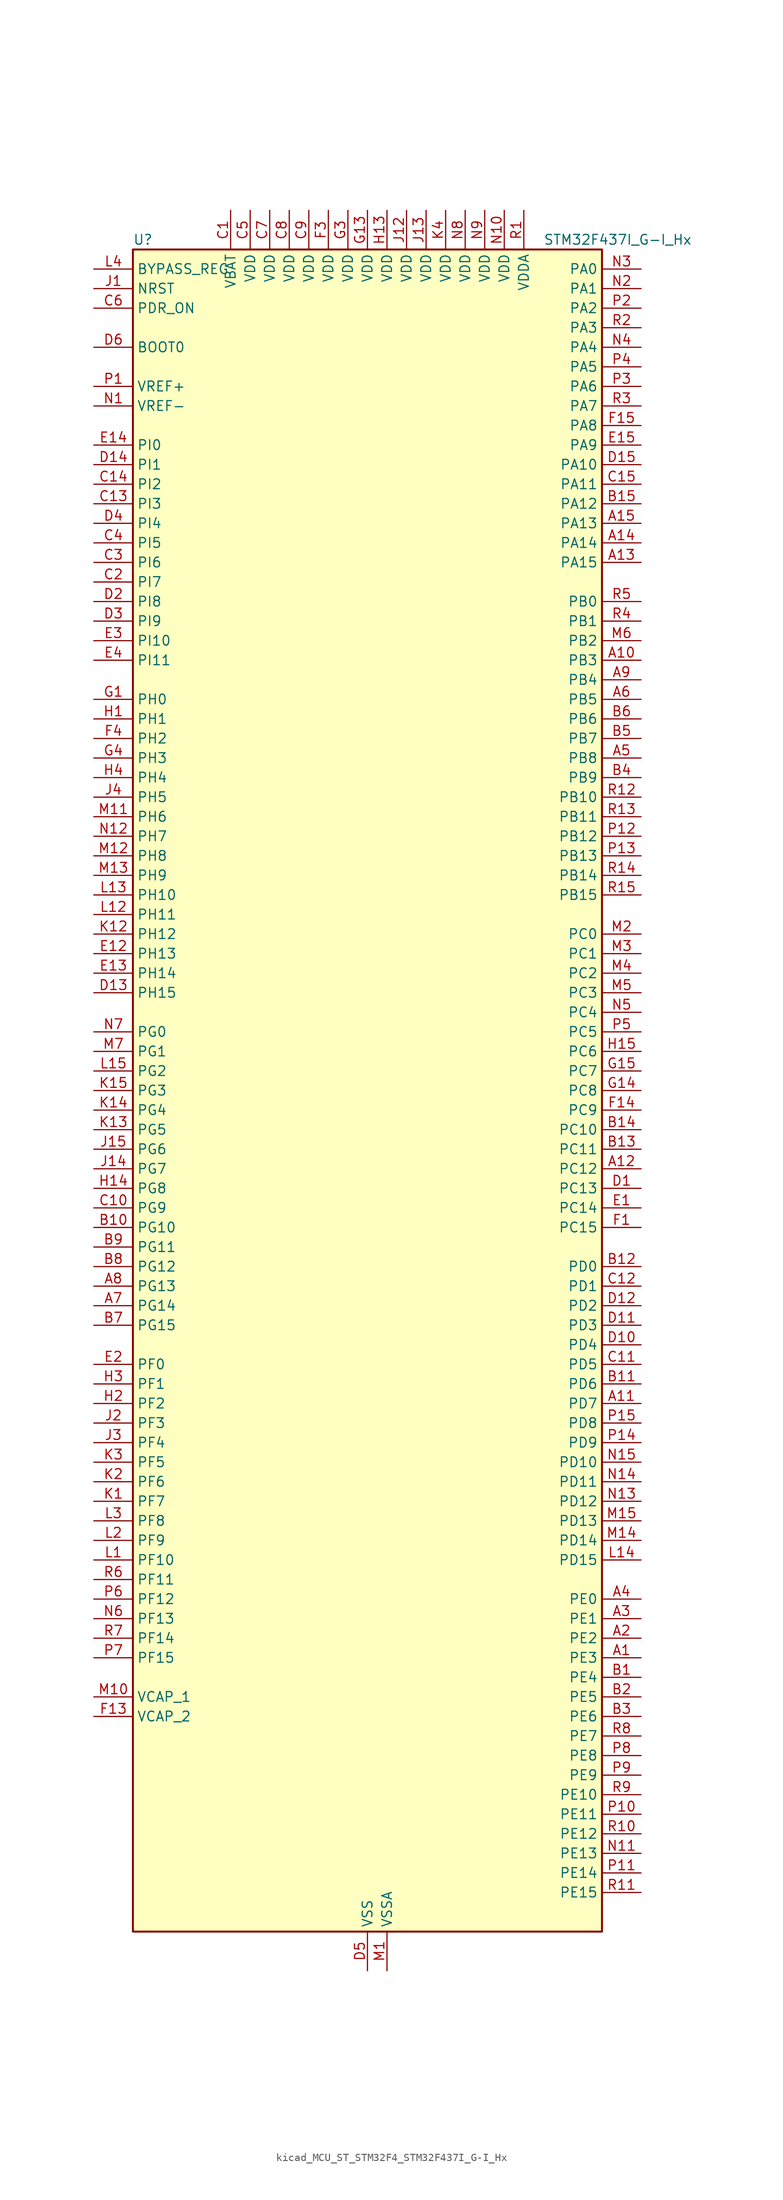
<source format=kicad_sym>
(kicad_symbol_lib
  (version 20220914)
  (generator kicad_symbol_editor)
  (symbol "kicad_MCU_ST_STM32F4_STM32F437I_G-I_Hx"
    (property "Reference" "U"
      (at -30.48 110.49 0)
      (effects (font (size 1.27 1.27)) (justify left)))
    (property "Value" "STM32F437I_G-I_Hx"
      (at 22.86 110.49 0)
      (effects (font (size 1.27 1.27)) (justify left)))
    (property "ki_locked" ""
      (at 0 0 0)
      (effects (font (size 1.27 1.27))))
    (symbol "kicad_MCU_ST_STM32F4_STM32F437I_G-I_Hx_0_1"
      (rectangle (start -30.48 -109.22) (end 30.48 109.22) (stroke (width 0.254) (type default)) (fill (type background))))
    (symbol "kicad_MCU_ST_STM32F4_STM32F437I_G-I_Hx_1_1"
      (pin bidirectional line (at 35.56 -73.66 180) (length 5.08) (name "PE3" (effects (font (size 1.27 1.27)))) (number "A1" (effects (font (size 1.27 1.27)))) (alternate "FMC_A19" bidirectional line) (alternate "SAI1_SD_B" bidirectional line) (alternate "SYS_TRACED0" bidirectional line))
      (pin bidirectional line (at 35.56 55.88 180) (length 5.08) (name "PB3" (effects (font (size 1.27 1.27)))) (number "A10" (effects (font (size 1.27 1.27)))) (alternate "I2S3_CK" bidirectional line) (alternate "SPI1_SCK" bidirectional line) (alternate "SPI3_SCK" bidirectional line) (alternate "SYS_JTDO-SWO" bidirectional line) (alternate "TIM2_CH2" bidirectional line))
      (pin bidirectional line (at 35.56 -40.64 180) (length 5.08) (name "PD7" (effects (font (size 1.27 1.27)))) (number "A11" (effects (font (size 1.27 1.27)))) (alternate "FMC_NCE2" bidirectional line) (alternate "FMC_NE1" bidirectional line) (alternate "USART2_CK" bidirectional line))
      (pin bidirectional line (at 35.56 -10.16 180) (length 5.08) (name "PC12" (effects (font (size 1.27 1.27)))) (number "A12" (effects (font (size 1.27 1.27)))) (alternate "DCMI_D9" bidirectional line) (alternate "I2S3_SD" bidirectional line) (alternate "SDIO_CK" bidirectional line) (alternate "SPI3_MOSI" bidirectional line) (alternate "UART5_TX" bidirectional line) (alternate "USART3_CK" bidirectional line))
      (pin bidirectional line (at 35.56 68.58 180) (length 5.08) (name "PA15" (effects (font (size 1.27 1.27)))) (number "A13" (effects (font (size 1.27 1.27)))) (alternate "ADC1_EXTI15" bidirectional line) (alternate "ADC2_EXTI15" bidirectional line) (alternate "ADC3_EXTI15" bidirectional line) (alternate "I2S3_WS" bidirectional line) (alternate "SPI1_NSS" bidirectional line) (alternate "SPI3_NSS" bidirectional line) (alternate "SYS_JTDI" bidirectional line) (alternate "TIM2_CH1" bidirectional line) (alternate "TIM2_ETR" bidirectional line))
      (pin bidirectional line (at 35.56 71.12 180) (length 5.08) (name "PA14" (effects (font (size 1.27 1.27)))) (number "A14" (effects (font (size 1.27 1.27)))) (alternate "SYS_JTCK-SWCLK" bidirectional line))
      (pin bidirectional line (at 35.56 73.66 180) (length 5.08) (name "PA13" (effects (font (size 1.27 1.27)))) (number "A15" (effects (font (size 1.27 1.27)))) (alternate "SYS_JTMS-SWDIO" bidirectional line))
      (pin bidirectional line (at 35.56 -71.12 180) (length 5.08) (name "PE2" (effects (font (size 1.27 1.27)))) (number "A2" (effects (font (size 1.27 1.27)))) (alternate "ETH_TXD3" bidirectional line) (alternate "FMC_A23" bidirectional line) (alternate "SAI1_MCLK_A" bidirectional line) (alternate "SPI4_SCK" bidirectional line) (alternate "SYS_TRACECLK" bidirectional line))
      (pin bidirectional line (at 35.56 -68.58 180) (length 5.08) (name "PE1" (effects (font (size 1.27 1.27)))) (number "A3" (effects (font (size 1.27 1.27)))) (alternate "DCMI_D3" bidirectional line) (alternate "FMC_NBL1" bidirectional line) (alternate "UART8_TX" bidirectional line))
      (pin bidirectional line (at 35.56 -66.04 180) (length 5.08) (name "PE0" (effects (font (size 1.27 1.27)))) (number "A4" (effects (font (size 1.27 1.27)))) (alternate "DCMI_D2" bidirectional line) (alternate "FMC_NBL0" bidirectional line) (alternate "TIM4_ETR" bidirectional line) (alternate "UART8_RX" bidirectional line))
      (pin bidirectional line (at 35.56 43.18 180) (length 5.08) (name "PB8" (effects (font (size 1.27 1.27)))) (number "A5" (effects (font (size 1.27 1.27)))) (alternate "CAN1_RX" bidirectional line) (alternate "DCMI_D6" bidirectional line) (alternate "ETH_TXD3" bidirectional line) (alternate "I2C1_SCL" bidirectional line) (alternate "SDIO_D4" bidirectional line) (alternate "TIM10_CH1" bidirectional line) (alternate "TIM4_CH3" bidirectional line))
      (pin bidirectional line (at 35.56 50.8 180) (length 5.08) (name "PB5" (effects (font (size 1.27 1.27)))) (number "A6" (effects (font (size 1.27 1.27)))) (alternate "CAN2_RX" bidirectional line) (alternate "DCMI_D10" bidirectional line) (alternate "ETH_PPS_OUT" bidirectional line) (alternate "FMC_SDCKE1" bidirectional line) (alternate "I2C1_SMBA" bidirectional line) (alternate "I2S3_SD" bidirectional line) (alternate "SPI1_MOSI" bidirectional line) (alternate "SPI3_MOSI" bidirectional line) (alternate "TIM3_CH2" bidirectional line) (alternate "USB_OTG_HS_ULPI_D7" bidirectional line))
      (pin bidirectional line (at -35.56 -27.94 0) (length 5.08) (name "PG14" (effects (font (size 1.27 1.27)))) (number "A7" (effects (font (size 1.27 1.27)))) (alternate "ETH_TXD1" bidirectional line) (alternate "FMC_A25" bidirectional line) (alternate "SPI6_MOSI" bidirectional line) (alternate "USART6_TX" bidirectional line))
      (pin bidirectional line (at -35.56 -25.4 0) (length 5.08) (name "PG13" (effects (font (size 1.27 1.27)))) (number "A8" (effects (font (size 1.27 1.27)))) (alternate "ETH_TXD0" bidirectional line) (alternate "FMC_A24" bidirectional line) (alternate "SPI6_SCK" bidirectional line) (alternate "USART6_CTS" bidirectional line))
      (pin bidirectional line (at 35.56 53.34 180) (length 5.08) (name "PB4" (effects (font (size 1.27 1.27)))) (number "A9" (effects (font (size 1.27 1.27)))) (alternate "I2S3_ext_SD" bidirectional line) (alternate "SPI1_MISO" bidirectional line) (alternate "SPI3_MISO" bidirectional line) (alternate "SYS_JTRST" bidirectional line) (alternate "TIM3_CH1" bidirectional line))
      (pin bidirectional line (at 35.56 -76.2 180) (length 5.08) (name "PE4" (effects (font (size 1.27 1.27)))) (number "B1" (effects (font (size 1.27 1.27)))) (alternate "DCMI_D4" bidirectional line) (alternate "FMC_A20" bidirectional line) (alternate "SAI1_FS_A" bidirectional line) (alternate "SPI4_NSS" bidirectional line) (alternate "SYS_TRACED1" bidirectional line))
      (pin bidirectional line (at -35.56 -17.78 0) (length 5.08) (name "PG10" (effects (font (size 1.27 1.27)))) (number "B10" (effects (font (size 1.27 1.27)))) (alternate "DCMI_D2" bidirectional line) (alternate "FMC_NCE4_1" bidirectional line) (alternate "FMC_NE3" bidirectional line))
      (pin bidirectional line (at 35.56 -38.1 180) (length 5.08) (name "PD6" (effects (font (size 1.27 1.27)))) (number "B11" (effects (font (size 1.27 1.27)))) (alternate "DCMI_D10" bidirectional line) (alternate "FMC_NWAIT" bidirectional line) (alternate "I2S3_SD" bidirectional line) (alternate "SAI1_SD_A" bidirectional line) (alternate "SPI3_MOSI" bidirectional line) (alternate "USART2_RX" bidirectional line))
      (pin bidirectional line (at 35.56 -22.86 180) (length 5.08) (name "PD0" (effects (font (size 1.27 1.27)))) (number "B12" (effects (font (size 1.27 1.27)))) (alternate "CAN1_RX" bidirectional line) (alternate "FMC_D2" bidirectional line) (alternate "FMC_DA2" bidirectional line))
      (pin bidirectional line (at 35.56 -7.62 180) (length 5.08) (name "PC11" (effects (font (size 1.27 1.27)))) (number "B13" (effects (font (size 1.27 1.27)))) (alternate "ADC1_EXTI11" bidirectional line) (alternate "ADC2_EXTI11" bidirectional line) (alternate "ADC3_EXTI11" bidirectional line) (alternate "DCMI_D4" bidirectional line) (alternate "I2S3_ext_SD" bidirectional line) (alternate "SDIO_D3" bidirectional line) (alternate "SPI3_MISO" bidirectional line) (alternate "UART4_RX" bidirectional line) (alternate "USART3_RX" bidirectional line))
      (pin bidirectional line (at 35.56 -5.08 180) (length 5.08) (name "PC10" (effects (font (size 1.27 1.27)))) (number "B14" (effects (font (size 1.27 1.27)))) (alternate "DCMI_D8" bidirectional line) (alternate "I2S3_CK" bidirectional line) (alternate "SDIO_D2" bidirectional line) (alternate "SPI3_SCK" bidirectional line) (alternate "UART4_TX" bidirectional line) (alternate "USART3_TX" bidirectional line))
      (pin bidirectional line (at 35.56 76.2 180) (length 5.08) (name "PA12" (effects (font (size 1.27 1.27)))) (number "B15" (effects (font (size 1.27 1.27)))) (alternate "CAN1_TX" bidirectional line) (alternate "TIM1_ETR" bidirectional line) (alternate "USART1_RTS" bidirectional line) (alternate "USB_OTG_FS_DP" bidirectional line))
      (pin bidirectional line (at 35.56 -78.74 180) (length 5.08) (name "PE5" (effects (font (size 1.27 1.27)))) (number "B2" (effects (font (size 1.27 1.27)))) (alternate "DCMI_D6" bidirectional line) (alternate "FMC_A21" bidirectional line) (alternate "SAI1_SCK_A" bidirectional line) (alternate "SPI4_MISO" bidirectional line) (alternate "SYS_TRACED2" bidirectional line) (alternate "TIM9_CH1" bidirectional line))
      (pin bidirectional line (at 35.56 -81.28 180) (length 5.08) (name "PE6" (effects (font (size 1.27 1.27)))) (number "B3" (effects (font (size 1.27 1.27)))) (alternate "DCMI_D7" bidirectional line) (alternate "FMC_A22" bidirectional line) (alternate "SAI1_SD_A" bidirectional line) (alternate "SPI4_MOSI" bidirectional line) (alternate "SYS_TRACED3" bidirectional line) (alternate "TIM9_CH2" bidirectional line))
      (pin bidirectional line (at 35.56 40.64 180) (length 5.08) (name "PB9" (effects (font (size 1.27 1.27)))) (number "B4" (effects (font (size 1.27 1.27)))) (alternate "CAN1_TX" bidirectional line) (alternate "DAC_EXTI9" bidirectional line) (alternate "DCMI_D7" bidirectional line) (alternate "I2C1_SDA" bidirectional line) (alternate "I2S2_WS" bidirectional line) (alternate "SDIO_D5" bidirectional line) (alternate "SPI2_NSS" bidirectional line) (alternate "TIM11_CH1" bidirectional line) (alternate "TIM4_CH4" bidirectional line))
      (pin bidirectional line (at 35.56 45.72 180) (length 5.08) (name "PB7" (effects (font (size 1.27 1.27)))) (number "B5" (effects (font (size 1.27 1.27)))) (alternate "DCMI_VSYNC" bidirectional line) (alternate "FMC_NL" bidirectional line) (alternate "I2C1_SDA" bidirectional line) (alternate "TIM4_CH2" bidirectional line) (alternate "USART1_RX" bidirectional line))
      (pin bidirectional line (at 35.56 48.26 180) (length 5.08) (name "PB6" (effects (font (size 1.27 1.27)))) (number "B6" (effects (font (size 1.27 1.27)))) (alternate "CAN2_TX" bidirectional line) (alternate "DCMI_D5" bidirectional line) (alternate "FMC_SDNE1" bidirectional line) (alternate "I2C1_SCL" bidirectional line) (alternate "TIM4_CH1" bidirectional line) (alternate "USART1_TX" bidirectional line))
      (pin bidirectional line (at -35.56 -30.48 0) (length 5.08) (name "PG15" (effects (font (size 1.27 1.27)))) (number "B7" (effects (font (size 1.27 1.27)))) (alternate "ADC1_EXTI15" bidirectional line) (alternate "ADC2_EXTI15" bidirectional line) (alternate "ADC3_EXTI15" bidirectional line) (alternate "DCMI_D13" bidirectional line) (alternate "FMC_SDNCAS" bidirectional line) (alternate "USART6_CTS" bidirectional line))
      (pin bidirectional line (at -35.56 -22.86 0) (length 5.08) (name "PG12" (effects (font (size 1.27 1.27)))) (number "B8" (effects (font (size 1.27 1.27)))) (alternate "FMC_NE4" bidirectional line) (alternate "SPI6_MISO" bidirectional line) (alternate "USART6_RTS" bidirectional line))
      (pin bidirectional line (at -35.56 -20.32 0) (length 5.08) (name "PG11" (effects (font (size 1.27 1.27)))) (number "B9" (effects (font (size 1.27 1.27)))) (alternate "ADC1_EXTI11" bidirectional line) (alternate "ADC2_EXTI11" bidirectional line) (alternate "ADC3_EXTI11" bidirectional line) (alternate "DCMI_D3" bidirectional line) (alternate "ETH_TX_EN" bidirectional line) (alternate "FMC_NCE4_2" bidirectional line))
      (pin power_in line (at -17.78 114.3 270) (length 5.08) (name "VBAT" (effects (font (size 1.27 1.27)))) (number "C1" (effects (font (size 1.27 1.27)))))
      (pin bidirectional line (at -35.56 -15.24 0) (length 5.08) (name "PG9" (effects (font (size 1.27 1.27)))) (number "C10" (effects (font (size 1.27 1.27)))) (alternate "DAC_EXTI9" bidirectional line) (alternate "DCMI_VSYNC" bidirectional line) (alternate "FMC_NCE3" bidirectional line) (alternate "FMC_NE2" bidirectional line) (alternate "USART6_RX" bidirectional line))
      (pin bidirectional line (at 35.56 -35.56 180) (length 5.08) (name "PD5" (effects (font (size 1.27 1.27)))) (number "C11" (effects (font (size 1.27 1.27)))) (alternate "FMC_NWE" bidirectional line) (alternate "USART2_TX" bidirectional line))
      (pin bidirectional line (at 35.56 -25.4 180) (length 5.08) (name "PD1" (effects (font (size 1.27 1.27)))) (number "C12" (effects (font (size 1.27 1.27)))) (alternate "CAN1_TX" bidirectional line) (alternate "FMC_D3" bidirectional line) (alternate "FMC_DA3" bidirectional line))
      (pin bidirectional line (at -35.56 76.2 0) (length 5.08) (name "PI3" (effects (font (size 1.27 1.27)))) (number "C13" (effects (font (size 1.27 1.27)))) (alternate "DCMI_D10" bidirectional line) (alternate "FMC_D27" bidirectional line) (alternate "I2S2_SD" bidirectional line) (alternate "SPI2_MOSI" bidirectional line) (alternate "TIM8_ETR" bidirectional line))
      (pin bidirectional line (at -35.56 78.74 0) (length 5.08) (name "PI2" (effects (font (size 1.27 1.27)))) (number "C14" (effects (font (size 1.27 1.27)))) (alternate "DCMI_D9" bidirectional line) (alternate "FMC_D26" bidirectional line) (alternate "I2S2_ext_SD" bidirectional line) (alternate "SPI2_MISO" bidirectional line) (alternate "TIM8_CH4" bidirectional line))
      (pin bidirectional line (at 35.56 78.74 180) (length 5.08) (name "PA11" (effects (font (size 1.27 1.27)))) (number "C15" (effects (font (size 1.27 1.27)))) (alternate "ADC1_EXTI11" bidirectional line) (alternate "ADC2_EXTI11" bidirectional line) (alternate "ADC3_EXTI11" bidirectional line) (alternate "CAN1_RX" bidirectional line) (alternate "TIM1_CH4" bidirectional line) (alternate "USART1_CTS" bidirectional line) (alternate "USB_OTG_FS_DM" bidirectional line))
      (pin bidirectional line (at -35.56 66.04 0) (length 5.08) (name "PI7" (effects (font (size 1.27 1.27)))) (number "C2" (effects (font (size 1.27 1.27)))) (alternate "DCMI_D7" bidirectional line) (alternate "FMC_D29" bidirectional line) (alternate "TIM8_CH3" bidirectional line))
      (pin bidirectional line (at -35.56 68.58 0) (length 5.08) (name "PI6" (effects (font (size 1.27 1.27)))) (number "C3" (effects (font (size 1.27 1.27)))) (alternate "DCMI_D6" bidirectional line) (alternate "FMC_D28" bidirectional line) (alternate "TIM8_CH2" bidirectional line))
      (pin bidirectional line (at -35.56 71.12 0) (length 5.08) (name "PI5" (effects (font (size 1.27 1.27)))) (number "C4" (effects (font (size 1.27 1.27)))) (alternate "DCMI_VSYNC" bidirectional line) (alternate "FMC_NBL3" bidirectional line) (alternate "TIM8_CH1" bidirectional line))
      (pin power_in line (at -15.24 114.3 270) (length 5.08) (name "VDD" (effects (font (size 1.27 1.27)))) (number "C5" (effects (font (size 1.27 1.27)))))
      (pin input line (at -35.56 101.6 0) (length 5.08) (name "PDR_ON" (effects (font (size 1.27 1.27)))) (number "C6" (effects (font (size 1.27 1.27)))))
      (pin power_in line (at -12.7 114.3 270) (length 5.08) (name "VDD" (effects (font (size 1.27 1.27)))) (number "C7" (effects (font (size 1.27 1.27)))))
      (pin power_in line (at -10.16 114.3 270) (length 5.08) (name "VDD" (effects (font (size 1.27 1.27)))) (number "C8" (effects (font (size 1.27 1.27)))))
      (pin power_in line (at -7.62 114.3 270) (length 5.08) (name "VDD" (effects (font (size 1.27 1.27)))) (number "C9" (effects (font (size 1.27 1.27)))))
      (pin bidirectional line (at 35.56 -12.7 180) (length 5.08) (name "PC13" (effects (font (size 1.27 1.27)))) (number "D1" (effects (font (size 1.27 1.27)))) (alternate "RTC_AF1" bidirectional line))
      (pin bidirectional line (at 35.56 -33.02 180) (length 5.08) (name "PD4" (effects (font (size 1.27 1.27)))) (number "D10" (effects (font (size 1.27 1.27)))) (alternate "FMC_NOE" bidirectional line) (alternate "USART2_RTS" bidirectional line))
      (pin bidirectional line (at 35.56 -30.48 180) (length 5.08) (name "PD3" (effects (font (size 1.27 1.27)))) (number "D11" (effects (font (size 1.27 1.27)))) (alternate "DCMI_D5" bidirectional line) (alternate "FMC_CLK" bidirectional line) (alternate "I2S2_CK" bidirectional line) (alternate "SPI2_SCK" bidirectional line) (alternate "USART2_CTS" bidirectional line))
      (pin bidirectional line (at 35.56 -27.94 180) (length 5.08) (name "PD2" (effects (font (size 1.27 1.27)))) (number "D12" (effects (font (size 1.27 1.27)))) (alternate "DCMI_D11" bidirectional line) (alternate "SDIO_CMD" bidirectional line) (alternate "TIM3_ETR" bidirectional line) (alternate "UART5_RX" bidirectional line))
      (pin bidirectional line (at -35.56 12.7 0) (length 5.08) (name "PH15" (effects (font (size 1.27 1.27)))) (number "D13" (effects (font (size 1.27 1.27)))) (alternate "ADC1_EXTI15" bidirectional line) (alternate "ADC2_EXTI15" bidirectional line) (alternate "ADC3_EXTI15" bidirectional line) (alternate "DCMI_D11" bidirectional line) (alternate "FMC_D23" bidirectional line) (alternate "TIM8_CH3N" bidirectional line))
      (pin bidirectional line (at -35.56 81.28 0) (length 5.08) (name "PI1" (effects (font (size 1.27 1.27)))) (number "D14" (effects (font (size 1.27 1.27)))) (alternate "DCMI_D8" bidirectional line) (alternate "FMC_D25" bidirectional line) (alternate "I2S2_CK" bidirectional line) (alternate "SPI2_SCK" bidirectional line))
      (pin bidirectional line (at 35.56 81.28 180) (length 5.08) (name "PA10" (effects (font (size 1.27 1.27)))) (number "D15" (effects (font (size 1.27 1.27)))) (alternate "DCMI_D1" bidirectional line) (alternate "TIM1_CH3" bidirectional line) (alternate "USART1_RX" bidirectional line) (alternate "USB_OTG_FS_ID" bidirectional line))
      (pin bidirectional line (at -35.56 63.5 0) (length 5.08) (name "PI8" (effects (font (size 1.27 1.27)))) (number "D2" (effects (font (size 1.27 1.27)))) (alternate "RTC_AF2" bidirectional line))
      (pin bidirectional line (at -35.56 60.96 0) (length 5.08) (name "PI9" (effects (font (size 1.27 1.27)))) (number "D3" (effects (font (size 1.27 1.27)))) (alternate "CAN1_RX" bidirectional line) (alternate "DAC_EXTI9" bidirectional line) (alternate "FMC_D30" bidirectional line))
      (pin bidirectional line (at -35.56 73.66 0) (length 5.08) (name "PI4" (effects (font (size 1.27 1.27)))) (number "D4" (effects (font (size 1.27 1.27)))) (alternate "DCMI_D5" bidirectional line) (alternate "FMC_NBL2" bidirectional line) (alternate "TIM8_BKIN" bidirectional line))
      (pin power_in line (at 0 -114.3 90) (length 5.08) (name "VSS" (effects (font (size 1.27 1.27)))) (number "D5" (effects (font (size 1.27 1.27)))))
      (pin input line (at -35.56 96.52 0) (length 5.08) (name "BOOT0" (effects (font (size 1.27 1.27)))) (number "D6" (effects (font (size 1.27 1.27)))))
      (pin passive line (at 0 -114.3 90) (length 5.08) hide (name "VSS" (effects (font (size 1.27 1.27)))) (number "D7" (effects (font (size 1.27 1.27)))))
      (pin passive line (at 0 -114.3 90) (length 5.08) hide (name "VSS" (effects (font (size 1.27 1.27)))) (number "D8" (effects (font (size 1.27 1.27)))))
      (pin passive line (at 0 -114.3 90) (length 5.08) hide (name "VSS" (effects (font (size 1.27 1.27)))) (number "D9" (effects (font (size 1.27 1.27)))))
      (pin bidirectional line (at 35.56 -15.24 180) (length 5.08) (name "PC14" (effects (font (size 1.27 1.27)))) (number "E1" (effects (font (size 1.27 1.27)))) (alternate "RCC_OSC32_IN" bidirectional line))
      (pin bidirectional line (at -35.56 17.78 0) (length 5.08) (name "PH13" (effects (font (size 1.27 1.27)))) (number "E12" (effects (font (size 1.27 1.27)))) (alternate "CAN1_TX" bidirectional line) (alternate "FMC_D21" bidirectional line) (alternate "TIM8_CH1N" bidirectional line))
      (pin bidirectional line (at -35.56 15.24 0) (length 5.08) (name "PH14" (effects (font (size 1.27 1.27)))) (number "E13" (effects (font (size 1.27 1.27)))) (alternate "DCMI_D4" bidirectional line) (alternate "FMC_D22" bidirectional line) (alternate "TIM8_CH2N" bidirectional line))
      (pin bidirectional line (at -35.56 83.82 0) (length 5.08) (name "PI0" (effects (font (size 1.27 1.27)))) (number "E14" (effects (font (size 1.27 1.27)))) (alternate "DCMI_D13" bidirectional line) (alternate "FMC_D24" bidirectional line) (alternate "I2S2_WS" bidirectional line) (alternate "SPI2_NSS" bidirectional line) (alternate "TIM5_CH4" bidirectional line))
      (pin bidirectional line (at 35.56 83.82 180) (length 5.08) (name "PA9" (effects (font (size 1.27 1.27)))) (number "E15" (effects (font (size 1.27 1.27)))) (alternate "DAC_EXTI9" bidirectional line) (alternate "DCMI_D0" bidirectional line) (alternate "I2C3_SMBA" bidirectional line) (alternate "TIM1_CH2" bidirectional line) (alternate "USART1_TX" bidirectional line) (alternate "USB_OTG_FS_VBUS" bidirectional line))
      (pin bidirectional line (at -35.56 -35.56 0) (length 5.08) (name "PF0" (effects (font (size 1.27 1.27)))) (number "E2" (effects (font (size 1.27 1.27)))) (alternate "FMC_A0" bidirectional line) (alternate "I2C2_SDA" bidirectional line))
      (pin bidirectional line (at -35.56 58.42 0) (length 5.08) (name "PI10" (effects (font (size 1.27 1.27)))) (number "E3" (effects (font (size 1.27 1.27)))) (alternate "ETH_RX_ER" bidirectional line) (alternate "FMC_D31" bidirectional line))
      (pin bidirectional line (at -35.56 55.88 0) (length 5.08) (name "PI11" (effects (font (size 1.27 1.27)))) (number "E4" (effects (font (size 1.27 1.27)))) (alternate "ADC1_EXTI11" bidirectional line) (alternate "ADC2_EXTI11" bidirectional line) (alternate "ADC3_EXTI11" bidirectional line) (alternate "USB_OTG_HS_ULPI_DIR" bidirectional line))
      (pin bidirectional line (at 35.56 -17.78 180) (length 5.08) (name "PC15" (effects (font (size 1.27 1.27)))) (number "F1" (effects (font (size 1.27 1.27)))) (alternate "ADC1_EXTI15" bidirectional line) (alternate "ADC2_EXTI15" bidirectional line) (alternate "ADC3_EXTI15" bidirectional line) (alternate "RCC_OSC32_OUT" bidirectional line))
      (pin passive line (at 0 -114.3 90) (length 5.08) hide (name "VSS" (effects (font (size 1.27 1.27)))) (number "F10" (effects (font (size 1.27 1.27)))))
      (pin passive line (at 0 -114.3 90) (length 5.08) hide (name "VSS" (effects (font (size 1.27 1.27)))) (number "F12" (effects (font (size 1.27 1.27)))))
      (pin power_out line (at -35.56 -81.28 0) (length 5.08) (name "VCAP_2" (effects (font (size 1.27 1.27)))) (number "F13" (effects (font (size 1.27 1.27)))))
      (pin bidirectional line (at 35.56 -2.54 180) (length 5.08) (name "PC9" (effects (font (size 1.27 1.27)))) (number "F14" (effects (font (size 1.27 1.27)))) (alternate "DAC_EXTI9" bidirectional line) (alternate "DCMI_D3" bidirectional line) (alternate "I2C3_SDA" bidirectional line) (alternate "I2S_CKIN" bidirectional line) (alternate "RCC_MCO_2" bidirectional line) (alternate "SDIO_D1" bidirectional line) (alternate "TIM3_CH4" bidirectional line) (alternate "TIM8_CH4" bidirectional line))
      (pin bidirectional line (at 35.56 86.36 180) (length 5.08) (name "PA8" (effects (font (size 1.27 1.27)))) (number "F15" (effects (font (size 1.27 1.27)))) (alternate "I2C3_SCL" bidirectional line) (alternate "RCC_MCO_1" bidirectional line) (alternate "TIM1_CH1" bidirectional line) (alternate "USART1_CK" bidirectional line) (alternate "USB_OTG_FS_SOF" bidirectional line))
      (pin passive line (at 0 -114.3 90) (length 5.08) hide (name "VSS" (effects (font (size 1.27 1.27)))) (number "F2" (effects (font (size 1.27 1.27)))))
      (pin power_in line (at -5.08 114.3 270) (length 5.08) (name "VDD" (effects (font (size 1.27 1.27)))) (number "F3" (effects (font (size 1.27 1.27)))))
      (pin bidirectional line (at -35.56 45.72 0) (length 5.08) (name "PH2" (effects (font (size 1.27 1.27)))) (number "F4" (effects (font (size 1.27 1.27)))) (alternate "ETH_CRS" bidirectional line) (alternate "FMC_SDCKE0" bidirectional line))
      (pin passive line (at 0 -114.3 90) (length 5.08) hide (name "VSS" (effects (font (size 1.27 1.27)))) (number "F6" (effects (font (size 1.27 1.27)))))
      (pin passive line (at 0 -114.3 90) (length 5.08) hide (name "VSS" (effects (font (size 1.27 1.27)))) (number "F7" (effects (font (size 1.27 1.27)))))
      (pin passive line (at 0 -114.3 90) (length 5.08) hide (name "VSS" (effects (font (size 1.27 1.27)))) (number "F8" (effects (font (size 1.27 1.27)))))
      (pin passive line (at 0 -114.3 90) (length 5.08) hide (name "VSS" (effects (font (size 1.27 1.27)))) (number "F9" (effects (font (size 1.27 1.27)))))
      (pin bidirectional line (at -35.56 50.8 0) (length 5.08) (name "PH0" (effects (font (size 1.27 1.27)))) (number "G1" (effects (font (size 1.27 1.27)))) (alternate "RCC_OSC_IN" bidirectional line))
      (pin passive line (at 0 -114.3 90) (length 5.08) hide (name "VSS" (effects (font (size 1.27 1.27)))) (number "G10" (effects (font (size 1.27 1.27)))))
      (pin passive line (at 0 -114.3 90) (length 5.08) hide (name "VSS" (effects (font (size 1.27 1.27)))) (number "G12" (effects (font (size 1.27 1.27)))))
      (pin power_in line (at 0 114.3 270) (length 5.08) (name "VDD" (effects (font (size 1.27 1.27)))) (number "G13" (effects (font (size 1.27 1.27)))))
      (pin bidirectional line (at 35.56 0 180) (length 5.08) (name "PC8" (effects (font (size 1.27 1.27)))) (number "G14" (effects (font (size 1.27 1.27)))) (alternate "DCMI_D2" bidirectional line) (alternate "SDIO_D0" bidirectional line) (alternate "TIM3_CH3" bidirectional line) (alternate "TIM8_CH3" bidirectional line) (alternate "USART6_CK" bidirectional line))
      (pin bidirectional line (at 35.56 2.54 180) (length 5.08) (name "PC7" (effects (font (size 1.27 1.27)))) (number "G15" (effects (font (size 1.27 1.27)))) (alternate "DCMI_D1" bidirectional line) (alternate "I2S3_MCK" bidirectional line) (alternate "SDIO_D7" bidirectional line) (alternate "TIM3_CH2" bidirectional line) (alternate "TIM8_CH2" bidirectional line) (alternate "USART6_RX" bidirectional line))
      (pin passive line (at 0 -114.3 90) (length 5.08) hide (name "VSS" (effects (font (size 1.27 1.27)))) (number "G2" (effects (font (size 1.27 1.27)))))
      (pin power_in line (at -2.54 114.3 270) (length 5.08) (name "VDD" (effects (font (size 1.27 1.27)))) (number "G3" (effects (font (size 1.27 1.27)))))
      (pin bidirectional line (at -35.56 43.18 0) (length 5.08) (name "PH3" (effects (font (size 1.27 1.27)))) (number "G4" (effects (font (size 1.27 1.27)))) (alternate "ETH_COL" bidirectional line) (alternate "FMC_SDNE0" bidirectional line))
      (pin passive line (at 0 -114.3 90) (length 5.08) hide (name "VSS" (effects (font (size 1.27 1.27)))) (number "G6" (effects (font (size 1.27 1.27)))))
      (pin passive line (at 0 -114.3 90) (length 5.08) hide (name "VSS" (effects (font (size 1.27 1.27)))) (number "G7" (effects (font (size 1.27 1.27)))))
      (pin passive line (at 0 -114.3 90) (length 5.08) hide (name "VSS" (effects (font (size 1.27 1.27)))) (number "G8" (effects (font (size 1.27 1.27)))))
      (pin passive line (at 0 -114.3 90) (length 5.08) hide (name "VSS" (effects (font (size 1.27 1.27)))) (number "G9" (effects (font (size 1.27 1.27)))))
      (pin bidirectional line (at -35.56 48.26 0) (length 5.08) (name "PH1" (effects (font (size 1.27 1.27)))) (number "H1" (effects (font (size 1.27 1.27)))) (alternate "RCC_OSC_OUT" bidirectional line))
      (pin passive line (at 0 -114.3 90) (length 5.08) hide (name "VSS" (effects (font (size 1.27 1.27)))) (number "H10" (effects (font (size 1.27 1.27)))))
      (pin passive line (at 0 -114.3 90) (length 5.08) hide (name "VSS" (effects (font (size 1.27 1.27)))) (number "H12" (effects (font (size 1.27 1.27)))))
      (pin power_in line (at 2.54 114.3 270) (length 5.08) (name "VDD" (effects (font (size 1.27 1.27)))) (number "H13" (effects (font (size 1.27 1.27)))))
      (pin bidirectional line (at -35.56 -12.7 0) (length 5.08) (name "PG8" (effects (font (size 1.27 1.27)))) (number "H14" (effects (font (size 1.27 1.27)))) (alternate "ETH_PPS_OUT" bidirectional line) (alternate "FMC_SDCLK" bidirectional line) (alternate "SPI6_NSS" bidirectional line) (alternate "USART6_RTS" bidirectional line))
      (pin bidirectional line (at 35.56 5.08 180) (length 5.08) (name "PC6" (effects (font (size 1.27 1.27)))) (number "H15" (effects (font (size 1.27 1.27)))) (alternate "DCMI_D0" bidirectional line) (alternate "I2S2_MCK" bidirectional line) (alternate "SDIO_D6" bidirectional line) (alternate "TIM3_CH1" bidirectional line) (alternate "TIM8_CH1" bidirectional line) (alternate "USART6_TX" bidirectional line))
      (pin bidirectional line (at -35.56 -40.64 0) (length 5.08) (name "PF2" (effects (font (size 1.27 1.27)))) (number "H2" (effects (font (size 1.27 1.27)))) (alternate "FMC_A2" bidirectional line) (alternate "I2C2_SMBA" bidirectional line))
      (pin bidirectional line (at -35.56 -38.1 0) (length 5.08) (name "PF1" (effects (font (size 1.27 1.27)))) (number "H3" (effects (font (size 1.27 1.27)))) (alternate "FMC_A1" bidirectional line) (alternate "I2C2_SCL" bidirectional line))
      (pin bidirectional line (at -35.56 40.64 0) (length 5.08) (name "PH4" (effects (font (size 1.27 1.27)))) (number "H4" (effects (font (size 1.27 1.27)))) (alternate "I2C2_SCL" bidirectional line) (alternate "USB_OTG_HS_ULPI_NXT" bidirectional line))
      (pin passive line (at 0 -114.3 90) (length 5.08) hide (name "VSS" (effects (font (size 1.27 1.27)))) (number "H6" (effects (font (size 1.27 1.27)))))
      (pin passive line (at 0 -114.3 90) (length 5.08) hide (name "VSS" (effects (font (size 1.27 1.27)))) (number "H7" (effects (font (size 1.27 1.27)))))
      (pin passive line (at 0 -114.3 90) (length 5.08) hide (name "VSS" (effects (font (size 1.27 1.27)))) (number "H8" (effects (font (size 1.27 1.27)))))
      (pin passive line (at 0 -114.3 90) (length 5.08) hide (name "VSS" (effects (font (size 1.27 1.27)))) (number "H9" (effects (font (size 1.27 1.27)))))
      (pin input line (at -35.56 104.14 0) (length 5.08) (name "NRST" (effects (font (size 1.27 1.27)))) (number "J1" (effects (font (size 1.27 1.27)))))
      (pin passive line (at 0 -114.3 90) (length 5.08) hide (name "VSS" (effects (font (size 1.27 1.27)))) (number "J10" (effects (font (size 1.27 1.27)))))
      (pin power_in line (at 5.08 114.3 270) (length 5.08) (name "VDD" (effects (font (size 1.27 1.27)))) (number "J12" (effects (font (size 1.27 1.27)))))
      (pin power_in line (at 7.62 114.3 270) (length 5.08) (name "VDD" (effects (font (size 1.27 1.27)))) (number "J13" (effects (font (size 1.27 1.27)))))
      (pin bidirectional line (at -35.56 -10.16 0) (length 5.08) (name "PG7" (effects (font (size 1.27 1.27)))) (number "J14" (effects (font (size 1.27 1.27)))) (alternate "DCMI_D13" bidirectional line) (alternate "FMC_INT3" bidirectional line) (alternate "USART6_CK" bidirectional line))
      (pin bidirectional line (at -35.56 -7.62 0) (length 5.08) (name "PG6" (effects (font (size 1.27 1.27)))) (number "J15" (effects (font (size 1.27 1.27)))) (alternate "DCMI_D12" bidirectional line) (alternate "FMC_INT2" bidirectional line))
      (pin bidirectional line (at -35.56 -43.18 0) (length 5.08) (name "PF3" (effects (font (size 1.27 1.27)))) (number "J2" (effects (font (size 1.27 1.27)))) (alternate "ADC3_IN9" bidirectional line) (alternate "FMC_A3" bidirectional line))
      (pin bidirectional line (at -35.56 -45.72 0) (length 5.08) (name "PF4" (effects (font (size 1.27 1.27)))) (number "J3" (effects (font (size 1.27 1.27)))) (alternate "ADC3_IN14" bidirectional line) (alternate "FMC_A4" bidirectional line))
      (pin bidirectional line (at -35.56 38.1 0) (length 5.08) (name "PH5" (effects (font (size 1.27 1.27)))) (number "J4" (effects (font (size 1.27 1.27)))) (alternate "FMC_SDNWE" bidirectional line) (alternate "I2C2_SDA" bidirectional line) (alternate "SPI5_NSS" bidirectional line))
      (pin passive line (at 0 -114.3 90) (length 5.08) hide (name "VSS" (effects (font (size 1.27 1.27)))) (number "J6" (effects (font (size 1.27 1.27)))))
      (pin passive line (at 0 -114.3 90) (length 5.08) hide (name "VSS" (effects (font (size 1.27 1.27)))) (number "J7" (effects (font (size 1.27 1.27)))))
      (pin passive line (at 0 -114.3 90) (length 5.08) hide (name "VSS" (effects (font (size 1.27 1.27)))) (number "J8" (effects (font (size 1.27 1.27)))))
      (pin passive line (at 0 -114.3 90) (length 5.08) hide (name "VSS" (effects (font (size 1.27 1.27)))) (number "J9" (effects (font (size 1.27 1.27)))))
      (pin bidirectional line (at -35.56 -53.34 0) (length 5.08) (name "PF7" (effects (font (size 1.27 1.27)))) (number "K1" (effects (font (size 1.27 1.27)))) (alternate "ADC3_IN5" bidirectional line) (alternate "FMC_NREG" bidirectional line) (alternate "SAI1_MCLK_B" bidirectional line) (alternate "SPI5_SCK" bidirectional line) (alternate "TIM11_CH1" bidirectional line) (alternate "UART7_TX" bidirectional line))
      (pin passive line (at 0 -114.3 90) (length 5.08) hide (name "VSS" (effects (font (size 1.27 1.27)))) (number "K10" (effects (font (size 1.27 1.27)))))
      (pin bidirectional line (at -35.56 20.32 0) (length 5.08) (name "PH12" (effects (font (size 1.27 1.27)))) (number "K12" (effects (font (size 1.27 1.27)))) (alternate "DCMI_D3" bidirectional line) (alternate "FMC_D20" bidirectional line) (alternate "TIM5_CH3" bidirectional line))
      (pin bidirectional line (at -35.56 -5.08 0) (length 5.08) (name "PG5" (effects (font (size 1.27 1.27)))) (number "K13" (effects (font (size 1.27 1.27)))) (alternate "FMC_A15" bidirectional line) (alternate "FMC_BA1" bidirectional line))
      (pin bidirectional line (at -35.56 -2.54 0) (length 5.08) (name "PG4" (effects (font (size 1.27 1.27)))) (number "K14" (effects (font (size 1.27 1.27)))) (alternate "FMC_A14" bidirectional line) (alternate "FMC_BA0" bidirectional line))
      (pin bidirectional line (at -35.56 0 0) (length 5.08) (name "PG3" (effects (font (size 1.27 1.27)))) (number "K15" (effects (font (size 1.27 1.27)))) (alternate "FMC_A13" bidirectional line))
      (pin bidirectional line (at -35.56 -50.8 0) (length 5.08) (name "PF6" (effects (font (size 1.27 1.27)))) (number "K2" (effects (font (size 1.27 1.27)))) (alternate "ADC3_IN4" bidirectional line) (alternate "FMC_NIORD" bidirectional line) (alternate "SAI1_SD_B" bidirectional line) (alternate "SPI5_NSS" bidirectional line) (alternate "TIM10_CH1" bidirectional line) (alternate "UART7_RX" bidirectional line))
      (pin bidirectional line (at -35.56 -48.26 0) (length 5.08) (name "PF5" (effects (font (size 1.27 1.27)))) (number "K3" (effects (font (size 1.27 1.27)))) (alternate "ADC3_IN15" bidirectional line) (alternate "FMC_A5" bidirectional line))
      (pin power_in line (at 10.16 114.3 270) (length 5.08) (name "VDD" (effects (font (size 1.27 1.27)))) (number "K4" (effects (font (size 1.27 1.27)))))
      (pin passive line (at 0 -114.3 90) (length 5.08) hide (name "VSS" (effects (font (size 1.27 1.27)))) (number "K6" (effects (font (size 1.27 1.27)))))
      (pin passive line (at 0 -114.3 90) (length 5.08) hide (name "VSS" (effects (font (size 1.27 1.27)))) (number "K7" (effects (font (size 1.27 1.27)))))
      (pin passive line (at 0 -114.3 90) (length 5.08) hide (name "VSS" (effects (font (size 1.27 1.27)))) (number "K8" (effects (font (size 1.27 1.27)))))
      (pin passive line (at 0 -114.3 90) (length 5.08) hide (name "VSS" (effects (font (size 1.27 1.27)))) (number "K9" (effects (font (size 1.27 1.27)))))
      (pin bidirectional line (at -35.56 -60.96 0) (length 5.08) (name "PF10" (effects (font (size 1.27 1.27)))) (number "L1" (effects (font (size 1.27 1.27)))) (alternate "ADC3_IN8" bidirectional line) (alternate "DCMI_D11" bidirectional line) (alternate "FMC_INTR" bidirectional line))
      (pin bidirectional line (at -35.56 22.86 0) (length 5.08) (name "PH11" (effects (font (size 1.27 1.27)))) (number "L12" (effects (font (size 1.27 1.27)))) (alternate "ADC1_EXTI11" bidirectional line) (alternate "ADC2_EXTI11" bidirectional line) (alternate "ADC3_EXTI11" bidirectional line) (alternate "DCMI_D2" bidirectional line) (alternate "FMC_D19" bidirectional line) (alternate "TIM5_CH2" bidirectional line))
      (pin bidirectional line (at -35.56 25.4 0) (length 5.08) (name "PH10" (effects (font (size 1.27 1.27)))) (number "L13" (effects (font (size 1.27 1.27)))) (alternate "DCMI_D1" bidirectional line) (alternate "FMC_D18" bidirectional line) (alternate "TIM5_CH1" bidirectional line))
      (pin bidirectional line (at 35.56 -60.96 180) (length 5.08) (name "PD15" (effects (font (size 1.27 1.27)))) (number "L14" (effects (font (size 1.27 1.27)))) (alternate "ADC1_EXTI15" bidirectional line) (alternate "ADC2_EXTI15" bidirectional line) (alternate "ADC3_EXTI15" bidirectional line) (alternate "FMC_D1" bidirectional line) (alternate "FMC_DA1" bidirectional line) (alternate "TIM4_CH4" bidirectional line))
      (pin bidirectional line (at -35.56 2.54 0) (length 5.08) (name "PG2" (effects (font (size 1.27 1.27)))) (number "L15" (effects (font (size 1.27 1.27)))) (alternate "FMC_A12" bidirectional line))
      (pin bidirectional line (at -35.56 -58.42 0) (length 5.08) (name "PF9" (effects (font (size 1.27 1.27)))) (number "L2" (effects (font (size 1.27 1.27)))) (alternate "ADC3_IN7" bidirectional line) (alternate "DAC_EXTI9" bidirectional line) (alternate "FMC_CD" bidirectional line) (alternate "SAI1_FS_B" bidirectional line) (alternate "SPI5_MOSI" bidirectional line) (alternate "TIM14_CH1" bidirectional line))
      (pin bidirectional line (at -35.56 -55.88 0) (length 5.08) (name "PF8" (effects (font (size 1.27 1.27)))) (number "L3" (effects (font (size 1.27 1.27)))) (alternate "ADC3_IN6" bidirectional line) (alternate "FMC_NIOWR" bidirectional line) (alternate "SAI1_SCK_B" bidirectional line) (alternate "SPI5_MISO" bidirectional line) (alternate "TIM13_CH1" bidirectional line))
      (pin input line (at -35.56 106.68 0) (length 5.08) (name "BYPASS_REG" (effects (font (size 1.27 1.27)))) (number "L4" (effects (font (size 1.27 1.27)))))
      (pin power_in line (at 2.54 -114.3 90) (length 5.08) (name "VSSA" (effects (font (size 1.27 1.27)))) (number "M1" (effects (font (size 1.27 1.27)))))
      (pin power_out line (at -35.56 -78.74 0) (length 5.08) (name "VCAP_1" (effects (font (size 1.27 1.27)))) (number "M10" (effects (font (size 1.27 1.27)))))
      (pin bidirectional line (at -35.56 35.56 0) (length 5.08) (name "PH6" (effects (font (size 1.27 1.27)))) (number "M11" (effects (font (size 1.27 1.27)))) (alternate "DCMI_D8" bidirectional line) (alternate "ETH_RXD2" bidirectional line) (alternate "FMC_SDNE1" bidirectional line) (alternate "I2C2_SMBA" bidirectional line) (alternate "SPI5_SCK" bidirectional line) (alternate "TIM12_CH1" bidirectional line))
      (pin bidirectional line (at -35.56 30.48 0) (length 5.08) (name "PH8" (effects (font (size 1.27 1.27)))) (number "M12" (effects (font (size 1.27 1.27)))) (alternate "DCMI_HSYNC" bidirectional line) (alternate "FMC_D16" bidirectional line) (alternate "I2C3_SDA" bidirectional line))
      (pin bidirectional line (at -35.56 27.94 0) (length 5.08) (name "PH9" (effects (font (size 1.27 1.27)))) (number "M13" (effects (font (size 1.27 1.27)))) (alternate "DAC_EXTI9" bidirectional line) (alternate "DCMI_D0" bidirectional line) (alternate "FMC_D17" bidirectional line) (alternate "I2C3_SMBA" bidirectional line) (alternate "TIM12_CH2" bidirectional line))
      (pin bidirectional line (at 35.56 -58.42 180) (length 5.08) (name "PD14" (effects (font (size 1.27 1.27)))) (number "M14" (effects (font (size 1.27 1.27)))) (alternate "FMC_D0" bidirectional line) (alternate "FMC_DA0" bidirectional line) (alternate "TIM4_CH3" bidirectional line))
      (pin bidirectional line (at 35.56 -55.88 180) (length 5.08) (name "PD13" (effects (font (size 1.27 1.27)))) (number "M15" (effects (font (size 1.27 1.27)))) (alternate "FMC_A18" bidirectional line) (alternate "TIM4_CH2" bidirectional line))
      (pin bidirectional line (at 35.56 20.32 180) (length 5.08) (name "PC0" (effects (font (size 1.27 1.27)))) (number "M2" (effects (font (size 1.27 1.27)))) (alternate "ADC1_IN10" bidirectional line) (alternate "ADC2_IN10" bidirectional line) (alternate "ADC3_IN10" bidirectional line) (alternate "FMC_SDNWE" bidirectional line) (alternate "USB_OTG_HS_ULPI_STP" bidirectional line))
      (pin bidirectional line (at 35.56 17.78 180) (length 5.08) (name "PC1" (effects (font (size 1.27 1.27)))) (number "M3" (effects (font (size 1.27 1.27)))) (alternate "ADC1_IN11" bidirectional line) (alternate "ADC2_IN11" bidirectional line) (alternate "ADC3_IN11" bidirectional line) (alternate "ETH_MDC" bidirectional line))
      (pin bidirectional line (at 35.56 15.24 180) (length 5.08) (name "PC2" (effects (font (size 1.27 1.27)))) (number "M4" (effects (font (size 1.27 1.27)))) (alternate "ADC1_IN12" bidirectional line) (alternate "ADC2_IN12" bidirectional line) (alternate "ADC3_IN12" bidirectional line) (alternate "ETH_TXD2" bidirectional line) (alternate "FMC_SDNE0" bidirectional line) (alternate "I2S2_ext_SD" bidirectional line) (alternate "SPI2_MISO" bidirectional line) (alternate "USB_OTG_HS_ULPI_DIR" bidirectional line))
      (pin bidirectional line (at 35.56 12.7 180) (length 5.08) (name "PC3" (effects (font (size 1.27 1.27)))) (number "M5" (effects (font (size 1.27 1.27)))) (alternate "ADC1_IN13" bidirectional line) (alternate "ADC2_IN13" bidirectional line) (alternate "ADC3_IN13" bidirectional line) (alternate "ETH_TX_CLK" bidirectional line) (alternate "FMC_SDCKE0" bidirectional line) (alternate "I2S2_SD" bidirectional line) (alternate "SPI2_MOSI" bidirectional line) (alternate "USB_OTG_HS_ULPI_NXT" bidirectional line))
      (pin bidirectional line (at 35.56 58.42 180) (length 5.08) (name "PB2" (effects (font (size 1.27 1.27)))) (number "M6" (effects (font (size 1.27 1.27)))))
      (pin bidirectional line (at -35.56 5.08 0) (length 5.08) (name "PG1" (effects (font (size 1.27 1.27)))) (number "M7" (effects (font (size 1.27 1.27)))) (alternate "FMC_A11" bidirectional line))
      (pin passive line (at 0 -114.3 90) (length 5.08) hide (name "VSS" (effects (font (size 1.27 1.27)))) (number "M8" (effects (font (size 1.27 1.27)))))
      (pin passive line (at 0 -114.3 90) (length 5.08) hide (name "VSS" (effects (font (size 1.27 1.27)))) (number "M9" (effects (font (size 1.27 1.27)))))
      (pin input line (at -35.56 88.9 0) (length 5.08) (name "VREF-" (effects (font (size 1.27 1.27)))) (number "N1" (effects (font (size 1.27 1.27)))))
      (pin power_in line (at 17.78 114.3 270) (length 5.08) (name "VDD" (effects (font (size 1.27 1.27)))) (number "N10" (effects (font (size 1.27 1.27)))))
      (pin bidirectional line (at 35.56 -99.06 180) (length 5.08) (name "PE13" (effects (font (size 1.27 1.27)))) (number "N11" (effects (font (size 1.27 1.27)))) (alternate "FMC_D10" bidirectional line) (alternate "FMC_DA10" bidirectional line) (alternate "SPI4_MISO" bidirectional line) (alternate "TIM1_CH3" bidirectional line))
      (pin bidirectional line (at -35.56 33.02 0) (length 5.08) (name "PH7" (effects (font (size 1.27 1.27)))) (number "N12" (effects (font (size 1.27 1.27)))) (alternate "DCMI_D9" bidirectional line) (alternate "ETH_RXD3" bidirectional line) (alternate "FMC_SDCKE1" bidirectional line) (alternate "I2C3_SCL" bidirectional line) (alternate "SPI5_MISO" bidirectional line))
      (pin bidirectional line (at 35.56 -53.34 180) (length 5.08) (name "PD12" (effects (font (size 1.27 1.27)))) (number "N13" (effects (font (size 1.27 1.27)))) (alternate "FMC_A17" bidirectional line) (alternate "FMC_ALE" bidirectional line) (alternate "TIM4_CH1" bidirectional line) (alternate "USART3_RTS" bidirectional line))
      (pin bidirectional line (at 35.56 -50.8 180) (length 5.08) (name "PD11" (effects (font (size 1.27 1.27)))) (number "N14" (effects (font (size 1.27 1.27)))) (alternate "ADC1_EXTI11" bidirectional line) (alternate "ADC2_EXTI11" bidirectional line) (alternate "ADC3_EXTI11" bidirectional line) (alternate "FMC_A16" bidirectional line) (alternate "FMC_CLE" bidirectional line) (alternate "USART3_CTS" bidirectional line))
      (pin bidirectional line (at 35.56 -48.26 180) (length 5.08) (name "PD10" (effects (font (size 1.27 1.27)))) (number "N15" (effects (font (size 1.27 1.27)))) (alternate "FMC_D15" bidirectional line) (alternate "FMC_DA15" bidirectional line) (alternate "USART3_CK" bidirectional line))
      (pin bidirectional line (at 35.56 104.14 180) (length 5.08) (name "PA1" (effects (font (size 1.27 1.27)))) (number "N2" (effects (font (size 1.27 1.27)))) (alternate "ADC1_IN1" bidirectional line) (alternate "ADC2_IN1" bidirectional line) (alternate "ADC3_IN1" bidirectional line) (alternate "ETH_REF_CLK" bidirectional line) (alternate "ETH_RX_CLK" bidirectional line) (alternate "TIM2_CH2" bidirectional line) (alternate "TIM5_CH2" bidirectional line) (alternate "UART4_RX" bidirectional line) (alternate "USART2_RTS" bidirectional line))
      (pin bidirectional line (at 35.56 106.68 180) (length 5.08) (name "PA0" (effects (font (size 1.27 1.27)))) (number "N3" (effects (font (size 1.27 1.27)))) (alternate "ADC1_IN0" bidirectional line) (alternate "ADC2_IN0" bidirectional line) (alternate "ADC3_IN0" bidirectional line) (alternate "ETH_CRS" bidirectional line) (alternate "SYS_WKUP" bidirectional line) (alternate "TIM2_CH1" bidirectional line) (alternate "TIM2_ETR" bidirectional line) (alternate "TIM5_CH1" bidirectional line) (alternate "TIM8_ETR" bidirectional line) (alternate "UART4_TX" bidirectional line) (alternate "USART2_CTS" bidirectional line))
      (pin bidirectional line (at 35.56 96.52 180) (length 5.08) (name "PA4" (effects (font (size 1.27 1.27)))) (number "N4" (effects (font (size 1.27 1.27)))) (alternate "ADC1_IN4" bidirectional line) (alternate "ADC2_IN4" bidirectional line) (alternate "DAC_OUT1" bidirectional line) (alternate "DCMI_HSYNC" bidirectional line) (alternate "I2S3_WS" bidirectional line) (alternate "SPI1_NSS" bidirectional line) (alternate "SPI3_NSS" bidirectional line) (alternate "USART2_CK" bidirectional line) (alternate "USB_OTG_HS_SOF" bidirectional line))
      (pin bidirectional line (at 35.56 10.16 180) (length 5.08) (name "PC4" (effects (font (size 1.27 1.27)))) (number "N5" (effects (font (size 1.27 1.27)))) (alternate "ADC1_IN14" bidirectional line) (alternate "ADC2_IN14" bidirectional line) (alternate "ETH_RXD0" bidirectional line))
      (pin bidirectional line (at -35.56 -68.58 0) (length 5.08) (name "PF13" (effects (font (size 1.27 1.27)))) (number "N6" (effects (font (size 1.27 1.27)))) (alternate "FMC_A7" bidirectional line))
      (pin bidirectional line (at -35.56 7.62 0) (length 5.08) (name "PG0" (effects (font (size 1.27 1.27)))) (number "N7" (effects (font (size 1.27 1.27)))) (alternate "FMC_A10" bidirectional line))
      (pin power_in line (at 12.7 114.3 270) (length 5.08) (name "VDD" (effects (font (size 1.27 1.27)))) (number "N8" (effects (font (size 1.27 1.27)))))
      (pin power_in line (at 15.24 114.3 270) (length 5.08) (name "VDD" (effects (font (size 1.27 1.27)))) (number "N9" (effects (font (size 1.27 1.27)))))
      (pin input line (at -35.56 91.44 0) (length 5.08) (name "VREF+" (effects (font (size 1.27 1.27)))) (number "P1" (effects (font (size 1.27 1.27)))))
      (pin bidirectional line (at 35.56 -93.98 180) (length 5.08) (name "PE11" (effects (font (size 1.27 1.27)))) (number "P10" (effects (font (size 1.27 1.27)))) (alternate "ADC1_EXTI11" bidirectional line) (alternate "ADC2_EXTI11" bidirectional line) (alternate "ADC3_EXTI11" bidirectional line) (alternate "FMC_D8" bidirectional line) (alternate "FMC_DA8" bidirectional line) (alternate "SPI4_NSS" bidirectional line) (alternate "TIM1_CH2" bidirectional line))
      (pin bidirectional line (at 35.56 -101.6 180) (length 5.08) (name "PE14" (effects (font (size 1.27 1.27)))) (number "P11" (effects (font (size 1.27 1.27)))) (alternate "FMC_D11" bidirectional line) (alternate "FMC_DA11" bidirectional line) (alternate "SPI4_MOSI" bidirectional line) (alternate "TIM1_CH4" bidirectional line))
      (pin bidirectional line (at 35.56 33.02 180) (length 5.08) (name "PB12" (effects (font (size 1.27 1.27)))) (number "P12" (effects (font (size 1.27 1.27)))) (alternate "CAN2_RX" bidirectional line) (alternate "ETH_TXD0" bidirectional line) (alternate "I2C2_SMBA" bidirectional line) (alternate "I2S2_WS" bidirectional line) (alternate "SPI2_NSS" bidirectional line) (alternate "TIM1_BKIN" bidirectional line) (alternate "USART3_CK" bidirectional line) (alternate "USB_OTG_HS_ID" bidirectional line) (alternate "USB_OTG_HS_ULPI_D5" bidirectional line))
      (pin bidirectional line (at 35.56 30.48 180) (length 5.08) (name "PB13" (effects (font (size 1.27 1.27)))) (number "P13" (effects (font (size 1.27 1.27)))) (alternate "CAN2_TX" bidirectional line) (alternate "ETH_TXD1" bidirectional line) (alternate "I2S2_CK" bidirectional line) (alternate "SPI2_SCK" bidirectional line) (alternate "TIM1_CH1N" bidirectional line) (alternate "USART3_CTS" bidirectional line) (alternate "USB_OTG_HS_ULPI_D6" bidirectional line) (alternate "USB_OTG_HS_VBUS" bidirectional line))
      (pin bidirectional line (at 35.56 -45.72 180) (length 5.08) (name "PD9" (effects (font (size 1.27 1.27)))) (number "P14" (effects (font (size 1.27 1.27)))) (alternate "DAC_EXTI9" bidirectional line) (alternate "FMC_D14" bidirectional line) (alternate "FMC_DA14" bidirectional line) (alternate "USART3_RX" bidirectional line))
      (pin bidirectional line (at 35.56 -43.18 180) (length 5.08) (name "PD8" (effects (font (size 1.27 1.27)))) (number "P15" (effects (font (size 1.27 1.27)))) (alternate "FMC_D13" bidirectional line) (alternate "FMC_DA13" bidirectional line) (alternate "USART3_TX" bidirectional line))
      (pin bidirectional line (at 35.56 101.6 180) (length 5.08) (name "PA2" (effects (font (size 1.27 1.27)))) (number "P2" (effects (font (size 1.27 1.27)))) (alternate "ADC1_IN2" bidirectional line) (alternate "ADC2_IN2" bidirectional line) (alternate "ADC3_IN2" bidirectional line) (alternate "ETH_MDIO" bidirectional line) (alternate "TIM2_CH3" bidirectional line) (alternate "TIM5_CH3" bidirectional line) (alternate "TIM9_CH1" bidirectional line) (alternate "USART2_TX" bidirectional line))
      (pin bidirectional line (at 35.56 91.44 180) (length 5.08) (name "PA6" (effects (font (size 1.27 1.27)))) (number "P3" (effects (font (size 1.27 1.27)))) (alternate "ADC1_IN6" bidirectional line) (alternate "ADC2_IN6" bidirectional line) (alternate "DCMI_PIXCLK" bidirectional line) (alternate "SPI1_MISO" bidirectional line) (alternate "TIM13_CH1" bidirectional line) (alternate "TIM1_BKIN" bidirectional line) (alternate "TIM3_CH1" bidirectional line) (alternate "TIM8_BKIN" bidirectional line))
      (pin bidirectional line (at 35.56 93.98 180) (length 5.08) (name "PA5" (effects (font (size 1.27 1.27)))) (number "P4" (effects (font (size 1.27 1.27)))) (alternate "ADC1_IN5" bidirectional line) (alternate "ADC2_IN5" bidirectional line) (alternate "DAC_OUT2" bidirectional line) (alternate "SPI1_SCK" bidirectional line) (alternate "TIM2_CH1" bidirectional line) (alternate "TIM2_ETR" bidirectional line) (alternate "TIM8_CH1N" bidirectional line) (alternate "USB_OTG_HS_ULPI_CK" bidirectional line))
      (pin bidirectional line (at 35.56 7.62 180) (length 5.08) (name "PC5" (effects (font (size 1.27 1.27)))) (number "P5" (effects (font (size 1.27 1.27)))) (alternate "ADC1_IN15" bidirectional line) (alternate "ADC2_IN15" bidirectional line) (alternate "ETH_RXD1" bidirectional line))
      (pin bidirectional line (at -35.56 -66.04 0) (length 5.08) (name "PF12" (effects (font (size 1.27 1.27)))) (number "P6" (effects (font (size 1.27 1.27)))) (alternate "FMC_A6" bidirectional line))
      (pin bidirectional line (at -35.56 -73.66 0) (length 5.08) (name "PF15" (effects (font (size 1.27 1.27)))) (number "P7" (effects (font (size 1.27 1.27)))) (alternate "ADC1_EXTI15" bidirectional line) (alternate "ADC2_EXTI15" bidirectional line) (alternate "ADC3_EXTI15" bidirectional line) (alternate "FMC_A9" bidirectional line))
      (pin bidirectional line (at 35.56 -86.36 180) (length 5.08) (name "PE8" (effects (font (size 1.27 1.27)))) (number "P8" (effects (font (size 1.27 1.27)))) (alternate "FMC_D5" bidirectional line) (alternate "FMC_DA5" bidirectional line) (alternate "TIM1_CH1N" bidirectional line) (alternate "UART7_TX" bidirectional line))
      (pin bidirectional line (at 35.56 -88.9 180) (length 5.08) (name "PE9" (effects (font (size 1.27 1.27)))) (number "P9" (effects (font (size 1.27 1.27)))) (alternate "DAC_EXTI9" bidirectional line) (alternate "FMC_D6" bidirectional line) (alternate "FMC_DA6" bidirectional line) (alternate "TIM1_CH1" bidirectional line))
      (pin power_in line (at 20.32 114.3 270) (length 5.08) (name "VDDA" (effects (font (size 1.27 1.27)))) (number "R1" (effects (font (size 1.27 1.27)))))
      (pin bidirectional line (at 35.56 -96.52 180) (length 5.08) (name "PE12" (effects (font (size 1.27 1.27)))) (number "R10" (effects (font (size 1.27 1.27)))) (alternate "FMC_D9" bidirectional line) (alternate "FMC_DA9" bidirectional line) (alternate "SPI4_SCK" bidirectional line) (alternate "TIM1_CH3N" bidirectional line))
      (pin bidirectional line (at 35.56 -104.14 180) (length 5.08) (name "PE15" (effects (font (size 1.27 1.27)))) (number "R11" (effects (font (size 1.27 1.27)))) (alternate "ADC1_EXTI15" bidirectional line) (alternate "ADC2_EXTI15" bidirectional line) (alternate "ADC3_EXTI15" bidirectional line) (alternate "FMC_D12" bidirectional line) (alternate "FMC_DA12" bidirectional line) (alternate "TIM1_BKIN" bidirectional line))
      (pin bidirectional line (at 35.56 38.1 180) (length 5.08) (name "PB10" (effects (font (size 1.27 1.27)))) (number "R12" (effects (font (size 1.27 1.27)))) (alternate "ETH_RX_ER" bidirectional line) (alternate "I2C2_SCL" bidirectional line) (alternate "I2S2_CK" bidirectional line) (alternate "SPI2_SCK" bidirectional line) (alternate "TIM2_CH3" bidirectional line) (alternate "USART3_TX" bidirectional line) (alternate "USB_OTG_HS_ULPI_D3" bidirectional line))
      (pin bidirectional line (at 35.56 35.56 180) (length 5.08) (name "PB11" (effects (font (size 1.27 1.27)))) (number "R13" (effects (font (size 1.27 1.27)))) (alternate "ADC1_EXTI11" bidirectional line) (alternate "ADC2_EXTI11" bidirectional line) (alternate "ADC3_EXTI11" bidirectional line) (alternate "ETH_TX_EN" bidirectional line) (alternate "I2C2_SDA" bidirectional line) (alternate "TIM2_CH4" bidirectional line) (alternate "USART3_RX" bidirectional line) (alternate "USB_OTG_HS_ULPI_D4" bidirectional line))
      (pin bidirectional line (at 35.56 27.94 180) (length 5.08) (name "PB14" (effects (font (size 1.27 1.27)))) (number "R14" (effects (font (size 1.27 1.27)))) (alternate "I2S2_ext_SD" bidirectional line) (alternate "SPI2_MISO" bidirectional line) (alternate "TIM12_CH1" bidirectional line) (alternate "TIM1_CH2N" bidirectional line) (alternate "TIM8_CH2N" bidirectional line) (alternate "USART3_RTS" bidirectional line) (alternate "USB_OTG_HS_DM" bidirectional line))
      (pin bidirectional line (at 35.56 25.4 180) (length 5.08) (name "PB15" (effects (font (size 1.27 1.27)))) (number "R15" (effects (font (size 1.27 1.27)))) (alternate "ADC1_EXTI15" bidirectional line) (alternate "ADC2_EXTI15" bidirectional line) (alternate "ADC3_EXTI15" bidirectional line) (alternate "I2S2_SD" bidirectional line) (alternate "RTC_REFIN" bidirectional line) (alternate "SPI2_MOSI" bidirectional line) (alternate "TIM12_CH2" bidirectional line) (alternate "TIM1_CH3N" bidirectional line) (alternate "TIM8_CH3N" bidirectional line) (alternate "USB_OTG_HS_DP" bidirectional line))
      (pin bidirectional line (at 35.56 99.06 180) (length 5.08) (name "PA3" (effects (font (size 1.27 1.27)))) (number "R2" (effects (font (size 1.27 1.27)))) (alternate "ADC1_IN3" bidirectional line) (alternate "ADC2_IN3" bidirectional line) (alternate "ADC3_IN3" bidirectional line) (alternate "ETH_COL" bidirectional line) (alternate "TIM2_CH4" bidirectional line) (alternate "TIM5_CH4" bidirectional line) (alternate "TIM9_CH2" bidirectional line) (alternate "USART2_RX" bidirectional line) (alternate "USB_OTG_HS_ULPI_D0" bidirectional line))
      (pin bidirectional line (at 35.56 88.9 180) (length 5.08) (name "PA7" (effects (font (size 1.27 1.27)))) (number "R3" (effects (font (size 1.27 1.27)))) (alternate "ADC1_IN7" bidirectional line) (alternate "ADC2_IN7" bidirectional line) (alternate "ETH_CRS_DV" bidirectional line) (alternate "ETH_RX_DV" bidirectional line) (alternate "SPI1_MOSI" bidirectional line) (alternate "TIM14_CH1" bidirectional line) (alternate "TIM1_CH1N" bidirectional line) (alternate "TIM3_CH2" bidirectional line) (alternate "TIM8_CH1N" bidirectional line))
      (pin bidirectional line (at 35.56 60.96 180) (length 5.08) (name "PB1" (effects (font (size 1.27 1.27)))) (number "R4" (effects (font (size 1.27 1.27)))) (alternate "ADC1_IN9" bidirectional line) (alternate "ADC2_IN9" bidirectional line) (alternate "ETH_RXD3" bidirectional line) (alternate "TIM1_CH3N" bidirectional line) (alternate "TIM3_CH4" bidirectional line) (alternate "TIM8_CH3N" bidirectional line) (alternate "USB_OTG_HS_ULPI_D2" bidirectional line))
      (pin bidirectional line (at 35.56 63.5 180) (length 5.08) (name "PB0" (effects (font (size 1.27 1.27)))) (number "R5" (effects (font (size 1.27 1.27)))) (alternate "ADC1_IN8" bidirectional line) (alternate "ADC2_IN8" bidirectional line) (alternate "ETH_RXD2" bidirectional line) (alternate "TIM1_CH2N" bidirectional line) (alternate "TIM3_CH3" bidirectional line) (alternate "TIM8_CH2N" bidirectional line) (alternate "USB_OTG_HS_ULPI_D1" bidirectional line))
      (pin bidirectional line (at -35.56 -63.5 0) (length 5.08) (name "PF11" (effects (font (size 1.27 1.27)))) (number "R6" (effects (font (size 1.27 1.27)))) (alternate "ADC1_EXTI11" bidirectional line) (alternate "ADC2_EXTI11" bidirectional line) (alternate "ADC3_EXTI11" bidirectional line) (alternate "DCMI_D12" bidirectional line) (alternate "FMC_SDNRAS" bidirectional line) (alternate "SPI5_MOSI" bidirectional line))
      (pin bidirectional line (at -35.56 -71.12 0) (length 5.08) (name "PF14" (effects (font (size 1.27 1.27)))) (number "R7" (effects (font (size 1.27 1.27)))) (alternate "FMC_A8" bidirectional line))
      (pin bidirectional line (at 35.56 -83.82 180) (length 5.08) (name "PE7" (effects (font (size 1.27 1.27)))) (number "R8" (effects (font (size 1.27 1.27)))) (alternate "FMC_D4" bidirectional line) (alternate "FMC_DA4" bidirectional line) (alternate "TIM1_ETR" bidirectional line) (alternate "UART7_RX" bidirectional line))
      (pin bidirectional line (at 35.56 -91.44 180) (length 5.08) (name "PE10" (effects (font (size 1.27 1.27)))) (number "R9" (effects (font (size 1.27 1.27)))) (alternate "FMC_D7" bidirectional line) (alternate "FMC_DA7" bidirectional line) (alternate "TIM1_CH2N" bidirectional line)))))
</source>
